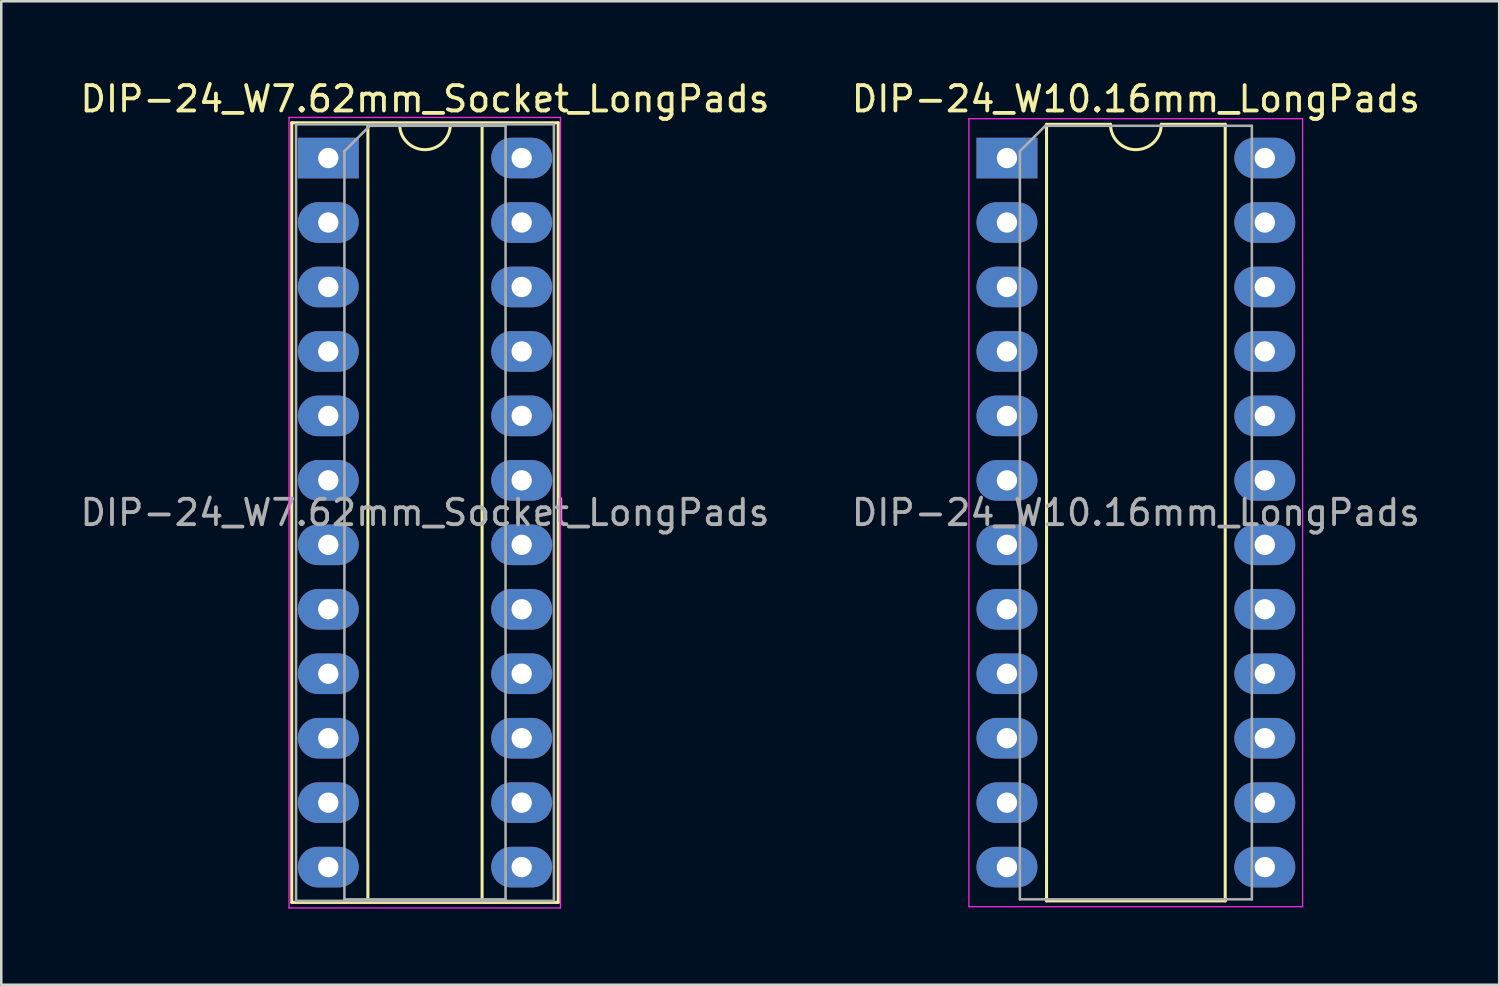
<source format=kicad_pcb>
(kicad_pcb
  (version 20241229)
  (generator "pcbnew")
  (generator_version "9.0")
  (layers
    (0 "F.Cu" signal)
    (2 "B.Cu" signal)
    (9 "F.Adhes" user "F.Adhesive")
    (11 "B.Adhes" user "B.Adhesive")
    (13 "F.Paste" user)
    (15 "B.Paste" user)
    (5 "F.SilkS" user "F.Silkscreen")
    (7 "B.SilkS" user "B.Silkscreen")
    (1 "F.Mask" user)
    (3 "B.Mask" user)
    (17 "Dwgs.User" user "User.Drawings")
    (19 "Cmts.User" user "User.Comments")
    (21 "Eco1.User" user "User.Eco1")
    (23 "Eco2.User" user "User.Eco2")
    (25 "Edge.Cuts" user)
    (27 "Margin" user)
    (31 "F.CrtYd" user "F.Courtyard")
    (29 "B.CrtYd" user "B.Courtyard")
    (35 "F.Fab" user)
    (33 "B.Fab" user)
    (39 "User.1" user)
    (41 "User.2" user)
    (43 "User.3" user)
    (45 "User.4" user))
  (footprint "DIP-24_W7.62mm_Socket_LongPads"
    (layer "F.Cu")
    (at 9.886 3.178)
    (property "Reference" "DIP-24_W7.62mm_Socket_LongPads" (at 3.81 -2.33 0) (layer "F.SilkS") (effects (font (size 1 1) (thickness 0.15))))
    (attr through_hole)
    (fp_line (start -1.44 -1.39) (end -1.44 29.33) (stroke (width 0.12) (type solid)) (layer "F.SilkS"))
    (fp_line (start -1.44 29.33) (end 9.06 29.33) (stroke (width 0.12) (type solid)) (layer "F.SilkS"))
    (fp_line (start 1.56 -1.33) (end 1.56 29.27) (stroke (width 0.12) (type solid)) (layer "F.SilkS"))
    (fp_line (start 1.56 29.27) (end 6.06 29.27) (stroke (width 0.12) (type solid)) (layer "F.SilkS"))
    (fp_line (start 2.81 -1.33) (end 1.56 -1.33) (stroke (width 0.12) (type solid)) (layer "F.SilkS"))
    (fp_line (start 6.06 -1.33) (end 4.81 -1.33) (stroke (width 0.12) (type solid)) (layer "F.SilkS"))
    (fp_line (start 6.06 29.27) (end 6.06 -1.33) (stroke (width 0.12) (type solid)) (layer "F.SilkS"))
    (fp_line (start 9.06 -1.39) (end -1.44 -1.39) (stroke (width 0.12) (type solid)) (layer "F.SilkS"))
    (fp_line (start 9.06 29.33) (end 9.06 -1.39) (stroke (width 0.12) (type solid)) (layer "F.SilkS"))
    (fp_arc (start 4.81 -1.33) (mid 3.81 -0.33) (end 2.81 -1.33) (stroke (width 0.12) (type solid)) (layer "F.SilkS"))
    (fp_line (start -1.55 -1.6) (end -1.55 29.55) (stroke (width 0.05) (type solid)) (layer "F.CrtYd"))
    (fp_line (start -1.55 29.55) (end 9.15 29.55) (stroke (width 0.05) (type solid)) (layer "F.CrtYd"))
    (fp_line (start 9.15 -1.6) (end -1.55 -1.6) (stroke (width 0.05) (type solid)) (layer "F.CrtYd"))
    (fp_line (start 9.15 29.55) (end 9.15 -1.6) (stroke (width 0.05) (type solid)) (layer "F.CrtYd"))
    (fp_line (start -1.27 -1.33) (end -1.27 29.27) (stroke (width 0.1) (type solid)) (layer "F.Fab"))
    (fp_line (start -1.27 29.27) (end 8.89 29.27) (stroke (width 0.1) (type solid)) (layer "F.Fab"))
    (fp_line (start 0.635 -0.27) (end 1.635 -1.27) (stroke (width 0.1) (type solid)) (layer "F.Fab"))
    (fp_line (start 0.635 29.21) (end 0.635 -0.27) (stroke (width 0.1) (type solid)) (layer "F.Fab"))
    (fp_line (start 1.635 -1.27) (end 6.985 -1.27) (stroke (width 0.1) (type solid)) (layer "F.Fab"))
    (fp_line (start 6.985 -1.27) (end 6.985 29.21) (stroke (width 0.1) (type solid)) (layer "F.Fab"))
    (fp_line (start 6.985 29.21) (end 0.635 29.21) (stroke (width 0.1) (type solid)) (layer "F.Fab"))
    (fp_line (start 8.89 -1.33) (end -1.27 -1.33) (stroke (width 0.1) (type solid)) (layer "F.Fab"))
    (fp_line (start 8.89 29.27) (end 8.89 -1.33) (stroke (width 0.1) (type solid)) (layer "F.Fab"))
    (fp_text user "${REFERENCE}" (at 3.81 13.97 0) (layer "F.Fab") (effects (font (size 1 1) (thickness 0.15))))
    (pad "1" thru_hole rect (at 0 0) (size 2.4 1.6) (drill 0.8) (layers "*.Cu" "*.Mask"))
    (pad "2" thru_hole oval (at 0 2.54) (size 2.4 1.6) (drill 0.8) (layers "*.Cu" "*.Mask"))
    (pad "3" thru_hole oval (at 0 5.08) (size 2.4 1.6) (drill 0.8) (layers "*.Cu" "*.Mask"))
    (pad "4" thru_hole oval (at 0 7.62) (size 2.4 1.6) (drill 0.8) (layers "*.Cu" "*.Mask"))
    (pad "5" thru_hole oval (at 0 10.16) (size 2.4 1.6) (drill 0.8) (layers "*.Cu" "*.Mask"))
    (pad "6" thru_hole oval (at 0 12.7) (size 2.4 1.6) (drill 0.8) (layers "*.Cu" "*.Mask"))
    (pad "7" thru_hole oval (at 0 15.24) (size 2.4 1.6) (drill 0.8) (layers "*.Cu" "*.Mask"))
    (pad "8" thru_hole oval (at 0 17.78) (size 2.4 1.6) (drill 0.8) (layers "*.Cu" "*.Mask"))
    (pad "9" thru_hole oval (at 0 20.32) (size 2.4 1.6) (drill 0.8) (layers "*.Cu" "*.Mask"))
    (pad "10" thru_hole oval (at 0 22.86) (size 2.4 1.6) (drill 0.8) (layers "*.Cu" "*.Mask"))
    (pad "11" thru_hole oval (at 0 25.4) (size 2.4 1.6) (drill 0.8) (layers "*.Cu" "*.Mask"))
    (pad "12" thru_hole oval (at 0 27.94) (size 2.4 1.6) (drill 0.8) (layers "*.Cu" "*.Mask"))
    (pad "13" thru_hole oval (at 7.62 27.94) (size 2.4 1.6) (drill 0.8) (layers "*.Cu" "*.Mask"))
    (pad "14" thru_hole oval (at 7.62 25.4) (size 2.4 1.6) (drill 0.8) (layers "*.Cu" "*.Mask"))
    (pad "15" thru_hole oval (at 7.62 22.86) (size 2.4 1.6) (drill 0.8) (layers "*.Cu" "*.Mask"))
    (pad "16" thru_hole oval (at 7.62 20.32) (size 2.4 1.6) (drill 0.8) (layers "*.Cu" "*.Mask"))
    (pad "17" thru_hole oval (at 7.62 17.78) (size 2.4 1.6) (drill 0.8) (layers "*.Cu" "*.Mask"))
    (pad "18" thru_hole oval (at 7.62 15.24) (size 2.4 1.6) (drill 0.8) (layers "*.Cu" "*.Mask"))
    (pad "19" thru_hole oval (at 7.62 12.7) (size 2.4 1.6) (drill 0.8) (layers "*.Cu" "*.Mask"))
    (pad "20" thru_hole oval (at 7.62 10.16) (size 2.4 1.6) (drill 0.8) (layers "*.Cu" "*.Mask"))
    (pad "21" thru_hole oval (at 7.62 7.62) (size 2.4 1.6) (drill 0.8) (layers "*.Cu" "*.Mask"))
    (pad "22" thru_hole oval (at 7.62 5.08) (size 2.4 1.6) (drill 0.8) (layers "*.Cu" "*.Mask"))
    (pad "23" thru_hole oval (at 7.62 2.54) (size 2.4 1.6) (drill 0.8) (layers "*.Cu" "*.Mask"))
    (pad "24" thru_hole oval (at 7.62 0) (size 2.4 1.6) (drill 0.8) (layers "*.Cu" "*.Mask")))
  (footprint "DIP-24_W10.16mm_LongPads"
    (layer "F.Cu")
    (at 36.628 3.178)
    (property "Reference" "DIP-24_W10.16mm_LongPads" (at 5.08 -2.33 0) (layer "F.SilkS") (effects (font (size 1 1) (thickness 0.15))))
    (attr through_hole)
    (fp_line (start 1.56 -1.33) (end 1.56 29.27) (stroke (width 0.12) (type solid)) (layer "F.SilkS"))
    (fp_line (start 1.56 29.27) (end 8.6 29.27) (stroke (width 0.12) (type solid)) (layer "F.SilkS"))
    (fp_line (start 4.08 -1.33) (end 1.56 -1.33) (stroke (width 0.12) (type solid)) (layer "F.SilkS"))
    (fp_line (start 8.6 -1.33) (end 6.08 -1.33) (stroke (width 0.12) (type solid)) (layer "F.SilkS"))
    (fp_line (start 8.6 29.27) (end 8.6 -1.33) (stroke (width 0.12) (type solid)) (layer "F.SilkS"))
    (fp_arc (start 6.08 -1.33) (mid 5.08 -0.33) (end 4.08 -1.33) (stroke (width 0.12) (type solid)) (layer "F.SilkS"))
    (fp_line (start -1.5 -1.55) (end -1.5 29.5) (stroke (width 0.05) (type solid)) (layer "F.CrtYd"))
    (fp_line (start -1.5 29.5) (end 11.65 29.5) (stroke (width 0.05) (type solid)) (layer "F.CrtYd"))
    (fp_line (start 11.65 -1.55) (end -1.5 -1.55) (stroke (width 0.05) (type solid)) (layer "F.CrtYd"))
    (fp_line (start 11.65 29.5) (end 11.65 -1.55) (stroke (width 0.05) (type solid)) (layer "F.CrtYd"))
    (fp_line (start 0.51 -0.27) (end 1.51 -1.27) (stroke (width 0.1) (type solid)) (layer "F.Fab"))
    (fp_line (start 0.51 29.21) (end 0.51 -0.27) (stroke (width 0.1) (type solid)) (layer "F.Fab"))
    (fp_line (start 1.51 -1.27) (end 9.65 -1.27) (stroke (width 0.1) (type solid)) (layer "F.Fab"))
    (fp_line (start 9.65 -1.27) (end 9.65 29.21) (stroke (width 0.1) (type solid)) (layer "F.Fab"))
    (fp_line (start 9.65 29.21) (end 0.51 29.21) (stroke (width 0.1) (type solid)) (layer "F.Fab"))
    (fp_text user "${REFERENCE}" (at 5.08 13.97 0) (layer "F.Fab") (effects (font (size 1 1) (thickness 0.15))))
    (pad "1" thru_hole rect (at 0 0) (size 2.4 1.6) (drill 0.8) (layers "*.Cu" "*.Mask"))
    (pad "2" thru_hole oval (at 0 2.54) (size 2.4 1.6) (drill 0.8) (layers "*.Cu" "*.Mask"))
    (pad "3" thru_hole oval (at 0 5.08) (size 2.4 1.6) (drill 0.8) (layers "*.Cu" "*.Mask"))
    (pad "4" thru_hole oval (at 0 7.62) (size 2.4 1.6) (drill 0.8) (layers "*.Cu" "*.Mask"))
    (pad "5" thru_hole oval (at 0 10.16) (size 2.4 1.6) (drill 0.8) (layers "*.Cu" "*.Mask"))
    (pad "6" thru_hole oval (at 0 12.7) (size 2.4 1.6) (drill 0.8) (layers "*.Cu" "*.Mask"))
    (pad "7" thru_hole oval (at 0 15.24) (size 2.4 1.6) (drill 0.8) (layers "*.Cu" "*.Mask"))
    (pad "8" thru_hole oval (at 0 17.78) (size 2.4 1.6) (drill 0.8) (layers "*.Cu" "*.Mask"))
    (pad "9" thru_hole oval (at 0 20.32) (size 2.4 1.6) (drill 0.8) (layers "*.Cu" "*.Mask"))
    (pad "10" thru_hole oval (at 0 22.86) (size 2.4 1.6) (drill 0.8) (layers "*.Cu" "*.Mask"))
    (pad "11" thru_hole oval (at 0 25.4) (size 2.4 1.6) (drill 0.8) (layers "*.Cu" "*.Mask"))
    (pad "12" thru_hole oval (at 0 27.94) (size 2.4 1.6) (drill 0.8) (layers "*.Cu" "*.Mask"))
    (pad "13" thru_hole oval (at 10.16 27.94) (size 2.4 1.6) (drill 0.8) (layers "*.Cu" "*.Mask"))
    (pad "14" thru_hole oval (at 10.16 25.4) (size 2.4 1.6) (drill 0.8) (layers "*.Cu" "*.Mask"))
    (pad "15" thru_hole oval (at 10.16 22.86) (size 2.4 1.6) (drill 0.8) (layers "*.Cu" "*.Mask"))
    (pad "16" thru_hole oval (at 10.16 20.32) (size 2.4 1.6) (drill 0.8) (layers "*.Cu" "*.Mask"))
    (pad "17" thru_hole oval (at 10.16 17.78) (size 2.4 1.6) (drill 0.8) (layers "*.Cu" "*.Mask"))
    (pad "18" thru_hole oval (at 10.16 15.24) (size 2.4 1.6) (drill 0.8) (layers "*.Cu" "*.Mask"))
    (pad "19" thru_hole oval (at 10.16 12.7) (size 2.4 1.6) (drill 0.8) (layers "*.Cu" "*.Mask"))
    (pad "20" thru_hole oval (at 10.16 10.16) (size 2.4 1.6) (drill 0.8) (layers "*.Cu" "*.Mask"))
    (pad "21" thru_hole oval (at 10.16 7.62) (size 2.4 1.6) (drill 0.8) (layers "*.Cu" "*.Mask"))
    (pad "22" thru_hole oval (at 10.16 5.08) (size 2.4 1.6) (drill 0.8) (layers "*.Cu" "*.Mask"))
    (pad "23" thru_hole oval (at 10.16 2.54) (size 2.4 1.6) (drill 0.8) (layers "*.Cu" "*.Mask"))
    (pad "24" thru_hole oval (at 10.16 0) (size 2.4 1.6) (drill 0.8) (layers "*.Cu" "*.Mask")))
  (gr_rect
    (start -3 -3)
    (end 56.024 35.753)
    (stroke (width 0.1) (type default))
    (fill no)
    (layer "Edge.Cuts")))
</source>
